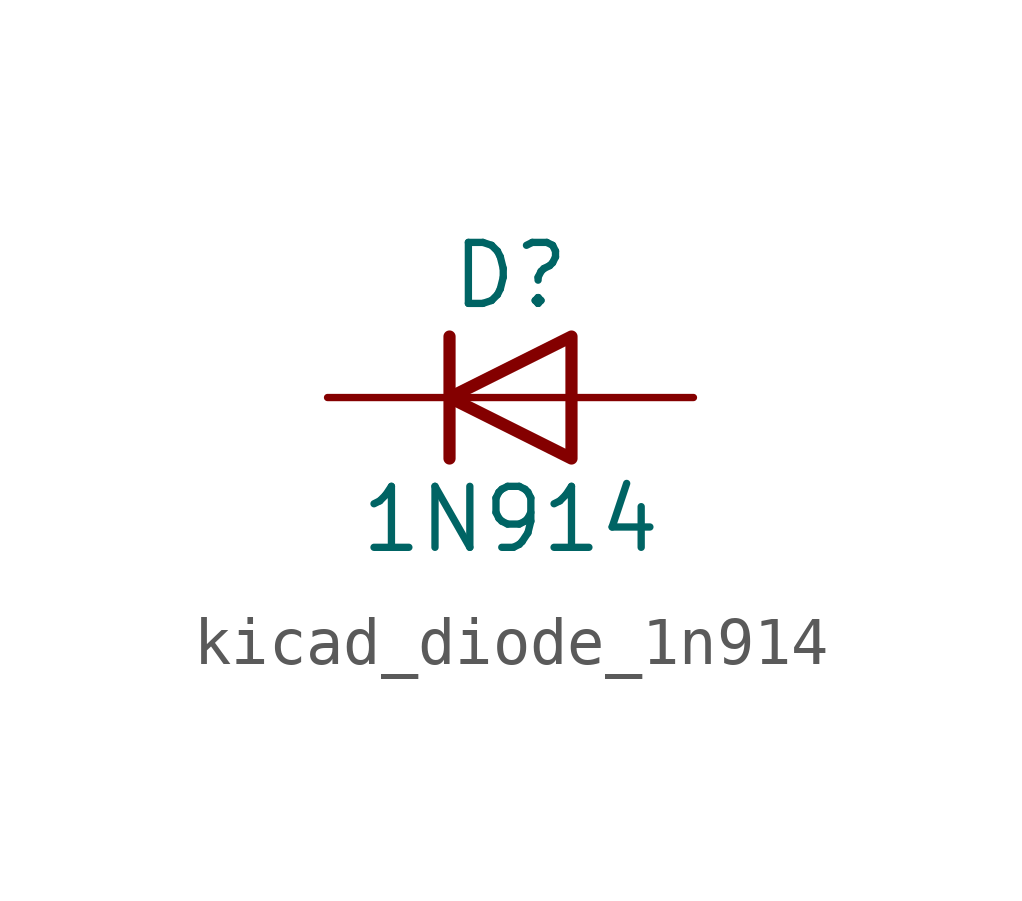
<source format=kicad_sym>
(kicad_symbol_lib
  (version 20220914)
  (generator kicad_symbol_editor)
  (symbol "kicad_diode_1n914"
    (pin_numbers hide)
    (pin_names hide)
    (property "Reference" "D"
      (at 0 2.54 0)
      (effects (font (size 1.27 1.27))))
    (property "Value" "1N914"
      (at 0 -2.54 0)
      (effects (font (size 1.27 1.27))))
    (symbol "kicad_diode_1n914_0_1"
      (polyline (pts (xy -1.27 1.27) (xy -1.27 -1.27)) (stroke (width 0.254) (type default)) (fill (type none)))
      (polyline (pts (xy 1.27 0) (xy -1.27 0)) (stroke (width 0) (type default)) (fill (type none)))
      (polyline (pts (xy 1.27 1.27) (xy 1.27 -1.27) (xy -1.27 0) (xy 1.27 1.27)) (stroke (width 0.254) (type default)) (fill (type none))))
    (symbol "kicad_diode_1n914_1_1"
      (pin passive line (at -3.81 0 0) (length 2.54) (name "K" (effects (font (size 1.27 1.27)))) (number "1" (effects (font (size 1.27 1.27)))))
      (pin passive line (at 3.81 0 180) (length 2.54) (name "A" (effects (font (size 1.27 1.27)))) (number "2" (effects (font (size 1.27 1.27))))))))
</source>
